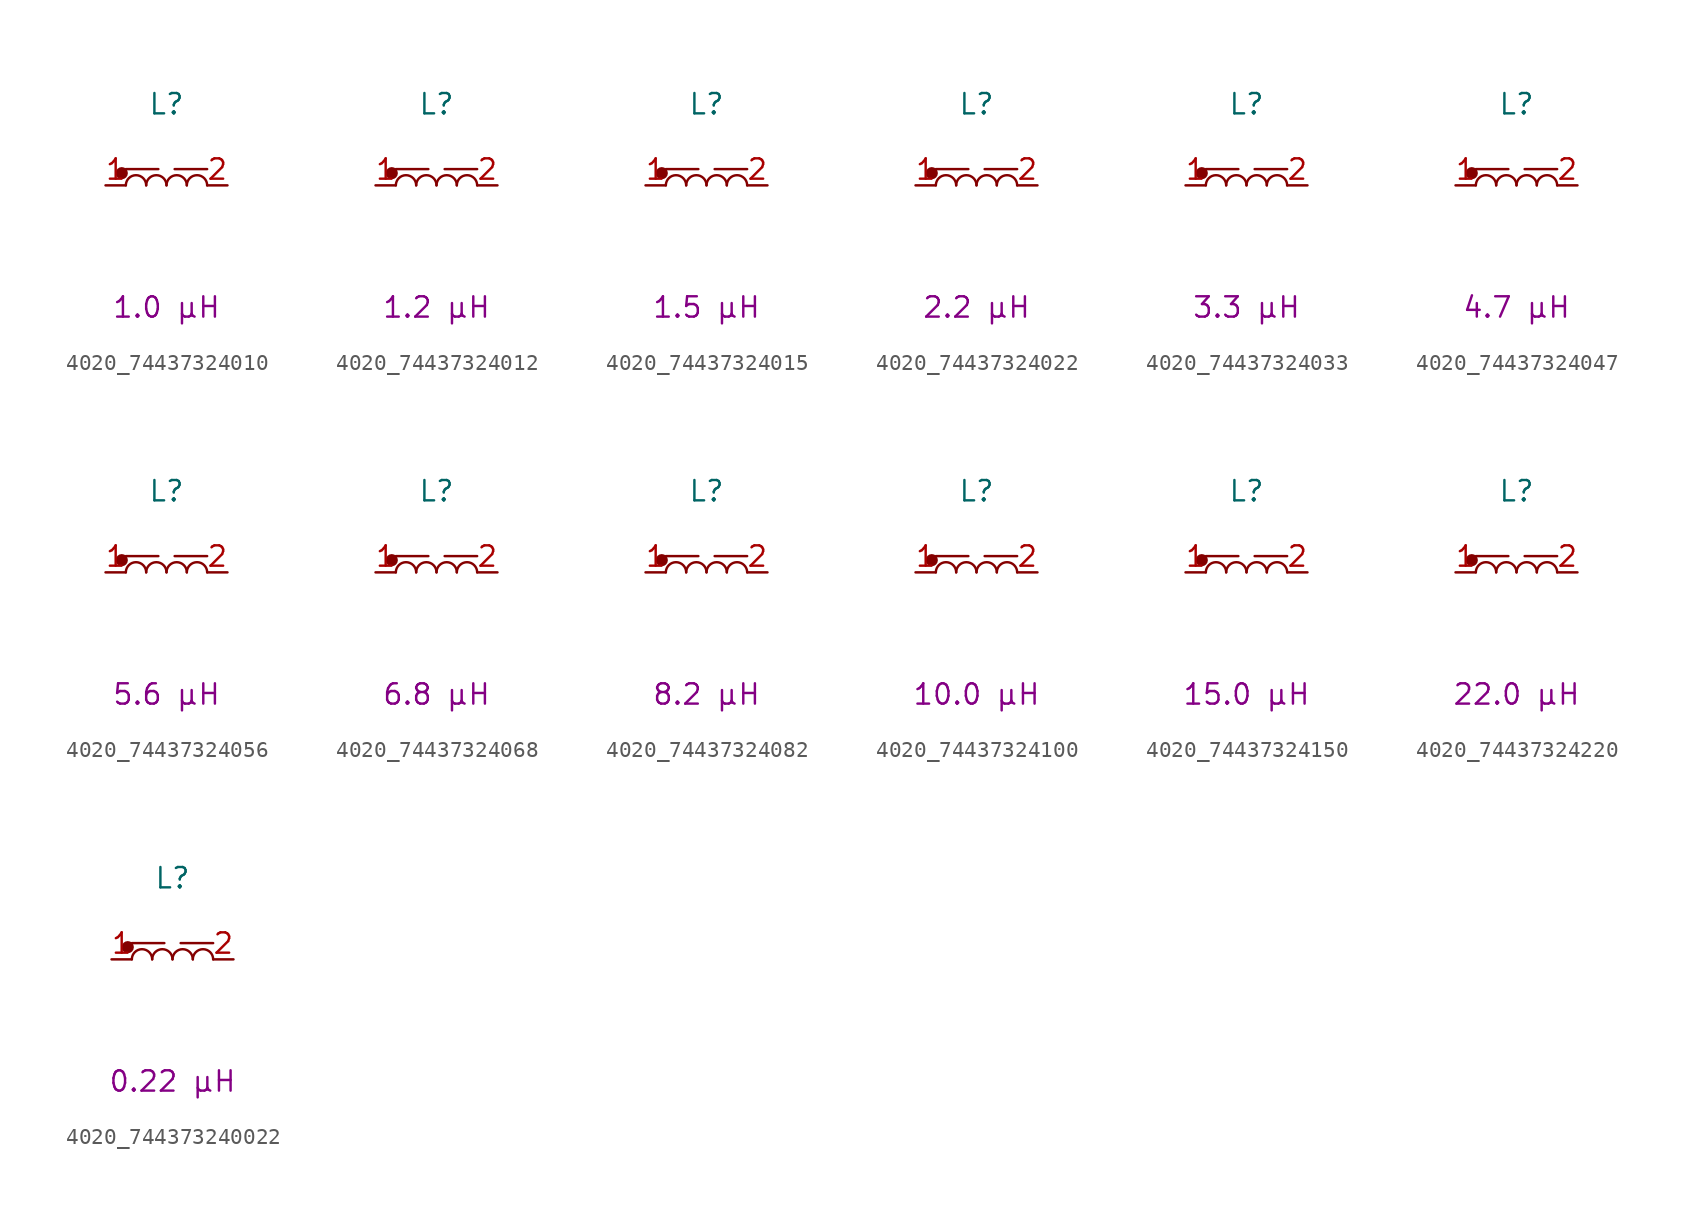
<source format=kicad_sym>
(kicad_symbol_lib
  (version 20220914)
  (generator kicad_symbol_editor)
  (symbol "4020_74437324010"
    (pin_names hide)
    (property "Reference" "L"
      (at 0 5.08 0)
      (effects (font (size 1.27 1.27))))
    (property "Critical Parameter" "1.0 µH"
      (at 0 -7.62 0)
      (effects (font (size 1.27 1.27))))
    (symbol "4020_74437324010_0_1"
      (arc (start -1.27 0) (mid -1.905 0.6323) (end -2.54 0) (stroke (width 0) (type default)) (fill (type none)))
      (arc (start 0 0) (mid -0.635 0.6323) (end -1.27 0) (stroke (width 0) (type default)) (fill (type none)))
      (polyline (pts (xy -2.54 1.016) (xy -0.508 1.016)) (stroke (width 0) (type default)) (fill (type none)))
      (arc (start 1.27 0) (mid 0.635 0.6323) (end 0 0) (stroke (width 0) (type default)) (fill (type none)))
      (arc (start 2.54 0) (mid 1.905 0.6323) (end 1.27 0) (stroke (width 0) (type default)) (fill (type none))))
    (symbol "4020_74437324010_1_1"
      (circle (center -2.794 0.762) (radius 0.0001) (stroke (width 0.381) (type default)) (fill (type none)))
      (polyline (pts (xy 2.54 1.016) (xy 0.508 1.016)) (stroke (width 0) (type default)) (fill (type none)))
      (pin passive line (at -3.81 0 0) (length 1.27) (name "1" (effects (font (size 1.27 1.27)))) (number "1" (effects (font (size 1.27 1.27)))))
      (pin passive line (at 3.81 0 180) (length 1.27) (name "2" (effects (font (size 1.27 1.27)))) (number "2" (effects (font (size 1.27 1.27)))))))
  (symbol "4020_74437324012"
    (pin_names hide)
    (property "Reference" "L"
      (at 0 5.08 0)
      (effects (font (size 1.27 1.27))))
    (property "Critical Parameter" "1.2 µH"
      (at 0 -7.62 0)
      (effects (font (size 1.27 1.27))))
    (symbol "4020_74437324012_0_1"
      (arc (start -1.27 0) (mid -1.905 0.6323) (end -2.54 0) (stroke (width 0) (type default)) (fill (type none)))
      (arc (start 0 0) (mid -0.635 0.6323) (end -1.27 0) (stroke (width 0) (type default)) (fill (type none)))
      (polyline (pts (xy -2.54 1.016) (xy -0.508 1.016)) (stroke (width 0) (type default)) (fill (type none)))
      (arc (start 1.27 0) (mid 0.635 0.6323) (end 0 0) (stroke (width 0) (type default)) (fill (type none)))
      (arc (start 2.54 0) (mid 1.905 0.6323) (end 1.27 0) (stroke (width 0) (type default)) (fill (type none))))
    (symbol "4020_74437324012_1_1"
      (circle (center -2.794 0.762) (radius 0.0001) (stroke (width 0.381) (type default)) (fill (type none)))
      (polyline (pts (xy 2.54 1.016) (xy 0.508 1.016)) (stroke (width 0) (type default)) (fill (type none)))
      (pin passive line (at -3.81 0 0) (length 1.27) (name "1" (effects (font (size 1.27 1.27)))) (number "1" (effects (font (size 1.27 1.27)))))
      (pin passive line (at 3.81 0 180) (length 1.27) (name "2" (effects (font (size 1.27 1.27)))) (number "2" (effects (font (size 1.27 1.27)))))))
  (symbol "4020_74437324015"
    (pin_names hide)
    (property "Reference" "L"
      (at 0 5.08 0)
      (effects (font (size 1.27 1.27))))
    (property "Critical Parameter" "1.5 µH"
      (at 0 -7.62 0)
      (effects (font (size 1.27 1.27))))
    (symbol "4020_74437324015_0_1"
      (arc (start -1.27 0) (mid -1.905 0.6323) (end -2.54 0) (stroke (width 0) (type default)) (fill (type none)))
      (arc (start 0 0) (mid -0.635 0.6323) (end -1.27 0) (stroke (width 0) (type default)) (fill (type none)))
      (polyline (pts (xy -2.54 1.016) (xy -0.508 1.016)) (stroke (width 0) (type default)) (fill (type none)))
      (arc (start 1.27 0) (mid 0.635 0.6323) (end 0 0) (stroke (width 0) (type default)) (fill (type none)))
      (arc (start 2.54 0) (mid 1.905 0.6323) (end 1.27 0) (stroke (width 0) (type default)) (fill (type none))))
    (symbol "4020_74437324015_1_1"
      (circle (center -2.794 0.762) (radius 0.0001) (stroke (width 0.381) (type default)) (fill (type none)))
      (polyline (pts (xy 2.54 1.016) (xy 0.508 1.016)) (stroke (width 0) (type default)) (fill (type none)))
      (pin passive line (at -3.81 0 0) (length 1.27) (name "1" (effects (font (size 1.27 1.27)))) (number "1" (effects (font (size 1.27 1.27)))))
      (pin passive line (at 3.81 0 180) (length 1.27) (name "2" (effects (font (size 1.27 1.27)))) (number "2" (effects (font (size 1.27 1.27)))))))
  (symbol "4020_74437324022"
    (pin_names hide)
    (property "Reference" "L"
      (at 0 5.08 0)
      (effects (font (size 1.27 1.27))))
    (property "Critical Parameter" "2.2 µH"
      (at 0 -7.62 0)
      (effects (font (size 1.27 1.27))))
    (symbol "4020_74437324022_0_1"
      (arc (start -1.27 0) (mid -1.905 0.6323) (end -2.54 0) (stroke (width 0) (type default)) (fill (type none)))
      (arc (start 0 0) (mid -0.635 0.6323) (end -1.27 0) (stroke (width 0) (type default)) (fill (type none)))
      (polyline (pts (xy -2.54 1.016) (xy -0.508 1.016)) (stroke (width 0) (type default)) (fill (type none)))
      (arc (start 1.27 0) (mid 0.635 0.6323) (end 0 0) (stroke (width 0) (type default)) (fill (type none)))
      (arc (start 2.54 0) (mid 1.905 0.6323) (end 1.27 0) (stroke (width 0) (type default)) (fill (type none))))
    (symbol "4020_74437324022_1_1"
      (circle (center -2.794 0.762) (radius 0.0001) (stroke (width 0.381) (type default)) (fill (type none)))
      (polyline (pts (xy 2.54 1.016) (xy 0.508 1.016)) (stroke (width 0) (type default)) (fill (type none)))
      (pin passive line (at -3.81 0 0) (length 1.27) (name "1" (effects (font (size 1.27 1.27)))) (number "1" (effects (font (size 1.27 1.27)))))
      (pin passive line (at 3.81 0 180) (length 1.27) (name "2" (effects (font (size 1.27 1.27)))) (number "2" (effects (font (size 1.27 1.27)))))))
  (symbol "4020_74437324033"
    (pin_names hide)
    (property "Reference" "L"
      (at 0 5.08 0)
      (effects (font (size 1.27 1.27))))
    (property "Critical Parameter" "3.3 µH"
      (at 0 -7.62 0)
      (effects (font (size 1.27 1.27))))
    (symbol "4020_74437324033_0_1"
      (arc (start -1.27 0) (mid -1.905 0.6323) (end -2.54 0) (stroke (width 0) (type default)) (fill (type none)))
      (arc (start 0 0) (mid -0.635 0.6323) (end -1.27 0) (stroke (width 0) (type default)) (fill (type none)))
      (polyline (pts (xy -2.54 1.016) (xy -0.508 1.016)) (stroke (width 0) (type default)) (fill (type none)))
      (arc (start 1.27 0) (mid 0.635 0.6323) (end 0 0) (stroke (width 0) (type default)) (fill (type none)))
      (arc (start 2.54 0) (mid 1.905 0.6323) (end 1.27 0) (stroke (width 0) (type default)) (fill (type none))))
    (symbol "4020_74437324033_1_1"
      (circle (center -2.794 0.762) (radius 0.0001) (stroke (width 0.381) (type default)) (fill (type none)))
      (polyline (pts (xy 2.54 1.016) (xy 0.508 1.016)) (stroke (width 0) (type default)) (fill (type none)))
      (pin passive line (at -3.81 0 0) (length 1.27) (name "1" (effects (font (size 1.27 1.27)))) (number "1" (effects (font (size 1.27 1.27)))))
      (pin passive line (at 3.81 0 180) (length 1.27) (name "2" (effects (font (size 1.27 1.27)))) (number "2" (effects (font (size 1.27 1.27)))))))
  (symbol "4020_74437324047"
    (pin_names hide)
    (property "Reference" "L"
      (at 0 5.08 0)
      (effects (font (size 1.27 1.27))))
    (property "Critical Parameter" "4.7 µH"
      (at 0 -7.62 0)
      (effects (font (size 1.27 1.27))))
    (symbol "4020_74437324047_0_1"
      (arc (start -1.27 0) (mid -1.905 0.6323) (end -2.54 0) (stroke (width 0) (type default)) (fill (type none)))
      (arc (start 0 0) (mid -0.635 0.6323) (end -1.27 0) (stroke (width 0) (type default)) (fill (type none)))
      (polyline (pts (xy -2.54 1.016) (xy -0.508 1.016)) (stroke (width 0) (type default)) (fill (type none)))
      (arc (start 1.27 0) (mid 0.635 0.6323) (end 0 0) (stroke (width 0) (type default)) (fill (type none)))
      (arc (start 2.54 0) (mid 1.905 0.6323) (end 1.27 0) (stroke (width 0) (type default)) (fill (type none))))
    (symbol "4020_74437324047_1_1"
      (circle (center -2.794 0.762) (radius 0.0001) (stroke (width 0.381) (type default)) (fill (type none)))
      (polyline (pts (xy 2.54 1.016) (xy 0.508 1.016)) (stroke (width 0) (type default)) (fill (type none)))
      (pin passive line (at -3.81 0 0) (length 1.27) (name "1" (effects (font (size 1.27 1.27)))) (number "1" (effects (font (size 1.27 1.27)))))
      (pin passive line (at 3.81 0 180) (length 1.27) (name "2" (effects (font (size 1.27 1.27)))) (number "2" (effects (font (size 1.27 1.27)))))))
  (symbol "4020_74437324056"
    (pin_names hide)
    (property "Reference" "L"
      (at 0 5.08 0)
      (effects (font (size 1.27 1.27))))
    (property "Critical Parameter" "5.6 µH"
      (at 0 -7.62 0)
      (effects (font (size 1.27 1.27))))
    (symbol "4020_74437324056_0_1"
      (arc (start -1.27 0) (mid -1.905 0.6323) (end -2.54 0) (stroke (width 0) (type default)) (fill (type none)))
      (arc (start 0 0) (mid -0.635 0.6323) (end -1.27 0) (stroke (width 0) (type default)) (fill (type none)))
      (polyline (pts (xy -2.54 1.016) (xy -0.508 1.016)) (stroke (width 0) (type default)) (fill (type none)))
      (arc (start 1.27 0) (mid 0.635 0.6323) (end 0 0) (stroke (width 0) (type default)) (fill (type none)))
      (arc (start 2.54 0) (mid 1.905 0.6323) (end 1.27 0) (stroke (width 0) (type default)) (fill (type none))))
    (symbol "4020_74437324056_1_1"
      (circle (center -2.794 0.762) (radius 0.0001) (stroke (width 0.381) (type default)) (fill (type none)))
      (polyline (pts (xy 2.54 1.016) (xy 0.508 1.016)) (stroke (width 0) (type default)) (fill (type none)))
      (pin passive line (at -3.81 0 0) (length 1.27) (name "1" (effects (font (size 1.27 1.27)))) (number "1" (effects (font (size 1.27 1.27)))))
      (pin passive line (at 3.81 0 180) (length 1.27) (name "2" (effects (font (size 1.27 1.27)))) (number "2" (effects (font (size 1.27 1.27)))))))
  (symbol "4020_74437324068"
    (pin_names hide)
    (property "Reference" "L"
      (at 0 5.08 0)
      (effects (font (size 1.27 1.27))))
    (property "Critical Parameter" "6.8 µH"
      (at 0 -7.62 0)
      (effects (font (size 1.27 1.27))))
    (symbol "4020_74437324068_0_1"
      (arc (start -1.27 0) (mid -1.905 0.6323) (end -2.54 0) (stroke (width 0) (type default)) (fill (type none)))
      (arc (start 0 0) (mid -0.635 0.6323) (end -1.27 0) (stroke (width 0) (type default)) (fill (type none)))
      (polyline (pts (xy -2.54 1.016) (xy -0.508 1.016)) (stroke (width 0) (type default)) (fill (type none)))
      (arc (start 1.27 0) (mid 0.635 0.6323) (end 0 0) (stroke (width 0) (type default)) (fill (type none)))
      (arc (start 2.54 0) (mid 1.905 0.6323) (end 1.27 0) (stroke (width 0) (type default)) (fill (type none))))
    (symbol "4020_74437324068_1_1"
      (circle (center -2.794 0.762) (radius 0.0001) (stroke (width 0.381) (type default)) (fill (type none)))
      (polyline (pts (xy 2.54 1.016) (xy 0.508 1.016)) (stroke (width 0) (type default)) (fill (type none)))
      (pin passive line (at -3.81 0 0) (length 1.27) (name "1" (effects (font (size 1.27 1.27)))) (number "1" (effects (font (size 1.27 1.27)))))
      (pin passive line (at 3.81 0 180) (length 1.27) (name "2" (effects (font (size 1.27 1.27)))) (number "2" (effects (font (size 1.27 1.27)))))))
  (symbol "4020_74437324082"
    (pin_names hide)
    (property "Reference" "L"
      (at 0 5.08 0)
      (effects (font (size 1.27 1.27))))
    (property "Critical Parameter" "8.2 µH"
      (at 0 -7.62 0)
      (effects (font (size 1.27 1.27))))
    (symbol "4020_74437324082_0_1"
      (arc (start -1.27 0) (mid -1.905 0.6323) (end -2.54 0) (stroke (width 0) (type default)) (fill (type none)))
      (arc (start 0 0) (mid -0.635 0.6323) (end -1.27 0) (stroke (width 0) (type default)) (fill (type none)))
      (polyline (pts (xy -2.54 1.016) (xy -0.508 1.016)) (stroke (width 0) (type default)) (fill (type none)))
      (arc (start 1.27 0) (mid 0.635 0.6323) (end 0 0) (stroke (width 0) (type default)) (fill (type none)))
      (arc (start 2.54 0) (mid 1.905 0.6323) (end 1.27 0) (stroke (width 0) (type default)) (fill (type none))))
    (symbol "4020_74437324082_1_1"
      (circle (center -2.794 0.762) (radius 0.0001) (stroke (width 0.381) (type default)) (fill (type none)))
      (polyline (pts (xy 2.54 1.016) (xy 0.508 1.016)) (stroke (width 0) (type default)) (fill (type none)))
      (pin passive line (at -3.81 0 0) (length 1.27) (name "1" (effects (font (size 1.27 1.27)))) (number "1" (effects (font (size 1.27 1.27)))))
      (pin passive line (at 3.81 0 180) (length 1.27) (name "2" (effects (font (size 1.27 1.27)))) (number "2" (effects (font (size 1.27 1.27)))))))
  (symbol "4020_74437324100"
    (pin_names hide)
    (property "Reference" "L"
      (at 0 5.08 0)
      (effects (font (size 1.27 1.27))))
    (property "Critical Parameter" "10.0 µH"
      (at 0 -7.62 0)
      (effects (font (size 1.27 1.27))))
    (symbol "4020_74437324100_0_1"
      (arc (start -1.27 0) (mid -1.905 0.6323) (end -2.54 0) (stroke (width 0) (type default)) (fill (type none)))
      (arc (start 0 0) (mid -0.635 0.6323) (end -1.27 0) (stroke (width 0) (type default)) (fill (type none)))
      (polyline (pts (xy -2.54 1.016) (xy -0.508 1.016)) (stroke (width 0) (type default)) (fill (type none)))
      (arc (start 1.27 0) (mid 0.635 0.6323) (end 0 0) (stroke (width 0) (type default)) (fill (type none)))
      (arc (start 2.54 0) (mid 1.905 0.6323) (end 1.27 0) (stroke (width 0) (type default)) (fill (type none))))
    (symbol "4020_74437324100_1_1"
      (circle (center -2.794 0.762) (radius 0.0001) (stroke (width 0.381) (type default)) (fill (type none)))
      (polyline (pts (xy 2.54 1.016) (xy 0.508 1.016)) (stroke (width 0) (type default)) (fill (type none)))
      (pin passive line (at -3.81 0 0) (length 1.27) (name "1" (effects (font (size 1.27 1.27)))) (number "1" (effects (font (size 1.27 1.27)))))
      (pin passive line (at 3.81 0 180) (length 1.27) (name "2" (effects (font (size 1.27 1.27)))) (number "2" (effects (font (size 1.27 1.27)))))))
  (symbol "4020_74437324150"
    (pin_names hide)
    (property "Reference" "L"
      (at 0 5.08 0)
      (effects (font (size 1.27 1.27))))
    (property "Critical Parameter" "15.0 µH"
      (at 0 -7.62 0)
      (effects (font (size 1.27 1.27))))
    (symbol "4020_74437324150_0_1"
      (arc (start -1.27 0) (mid -1.905 0.6323) (end -2.54 0) (stroke (width 0) (type default)) (fill (type none)))
      (arc (start 0 0) (mid -0.635 0.6323) (end -1.27 0) (stroke (width 0) (type default)) (fill (type none)))
      (polyline (pts (xy -2.54 1.016) (xy -0.508 1.016)) (stroke (width 0) (type default)) (fill (type none)))
      (arc (start 1.27 0) (mid 0.635 0.6323) (end 0 0) (stroke (width 0) (type default)) (fill (type none)))
      (arc (start 2.54 0) (mid 1.905 0.6323) (end 1.27 0) (stroke (width 0) (type default)) (fill (type none))))
    (symbol "4020_74437324150_1_1"
      (circle (center -2.794 0.762) (radius 0.0001) (stroke (width 0.381) (type default)) (fill (type none)))
      (polyline (pts (xy 2.54 1.016) (xy 0.508 1.016)) (stroke (width 0) (type default)) (fill (type none)))
      (pin passive line (at -3.81 0 0) (length 1.27) (name "1" (effects (font (size 1.27 1.27)))) (number "1" (effects (font (size 1.27 1.27)))))
      (pin passive line (at 3.81 0 180) (length 1.27) (name "2" (effects (font (size 1.27 1.27)))) (number "2" (effects (font (size 1.27 1.27)))))))
  (symbol "4020_74437324220"
    (pin_names hide)
    (property "Reference" "L"
      (at 0 5.08 0)
      (effects (font (size 1.27 1.27))))
    (property "Critical Parameter" "22.0 µH"
      (at 0 -7.62 0)
      (effects (font (size 1.27 1.27))))
    (symbol "4020_74437324220_0_1"
      (arc (start -1.27 0) (mid -1.905 0.6323) (end -2.54 0) (stroke (width 0) (type default)) (fill (type none)))
      (arc (start 0 0) (mid -0.635 0.6323) (end -1.27 0) (stroke (width 0) (type default)) (fill (type none)))
      (polyline (pts (xy -2.54 1.016) (xy -0.508 1.016)) (stroke (width 0) (type default)) (fill (type none)))
      (arc (start 1.27 0) (mid 0.635 0.6323) (end 0 0) (stroke (width 0) (type default)) (fill (type none)))
      (arc (start 2.54 0) (mid 1.905 0.6323) (end 1.27 0) (stroke (width 0) (type default)) (fill (type none))))
    (symbol "4020_74437324220_1_1"
      (circle (center -2.794 0.762) (radius 0.0001) (stroke (width 0.381) (type default)) (fill (type none)))
      (polyline (pts (xy 2.54 1.016) (xy 0.508 1.016)) (stroke (width 0) (type default)) (fill (type none)))
      (pin passive line (at -3.81 0 0) (length 1.27) (name "1" (effects (font (size 1.27 1.27)))) (number "1" (effects (font (size 1.27 1.27)))))
      (pin passive line (at 3.81 0 180) (length 1.27) (name "2" (effects (font (size 1.27 1.27)))) (number "2" (effects (font (size 1.27 1.27)))))))
  (symbol "4020_744373240022"
    (pin_names hide)
    (property "Reference" "L"
      (at 0 5.08 0)
      (effects (font (size 1.27 1.27))))
    (property "Critical Parameter" "0.22 µH"
      (at 0 -7.62 0)
      (effects (font (size 1.27 1.27))))
    (symbol "4020_744373240022_0_1"
      (arc (start -1.27 0) (mid -1.905 0.6323) (end -2.54 0) (stroke (width 0) (type default)) (fill (type none)))
      (arc (start 0 0) (mid -0.635 0.6323) (end -1.27 0) (stroke (width 0) (type default)) (fill (type none)))
      (polyline (pts (xy -2.54 1.016) (xy -0.508 1.016)) (stroke (width 0) (type default)) (fill (type none)))
      (arc (start 1.27 0) (mid 0.635 0.6323) (end 0 0) (stroke (width 0) (type default)) (fill (type none)))
      (arc (start 2.54 0) (mid 1.905 0.6323) (end 1.27 0) (stroke (width 0) (type default)) (fill (type none))))
    (symbol "4020_744373240022_1_1"
      (circle (center -2.794 0.762) (radius 0.0001) (stroke (width 0.381) (type default)) (fill (type none)))
      (polyline (pts (xy 2.54 1.016) (xy 0.508 1.016)) (stroke (width 0) (type default)) (fill (type none)))
      (pin passive line (at -3.81 0 0) (length 1.27) (name "1" (effects (font (size 1.27 1.27)))) (number "1" (effects (font (size 1.27 1.27)))))
      (pin passive line (at 3.81 0 180) (length 1.27) (name "2" (effects (font (size 1.27 1.27)))) (number "2" (effects (font (size 1.27 1.27))))))))
</source>
